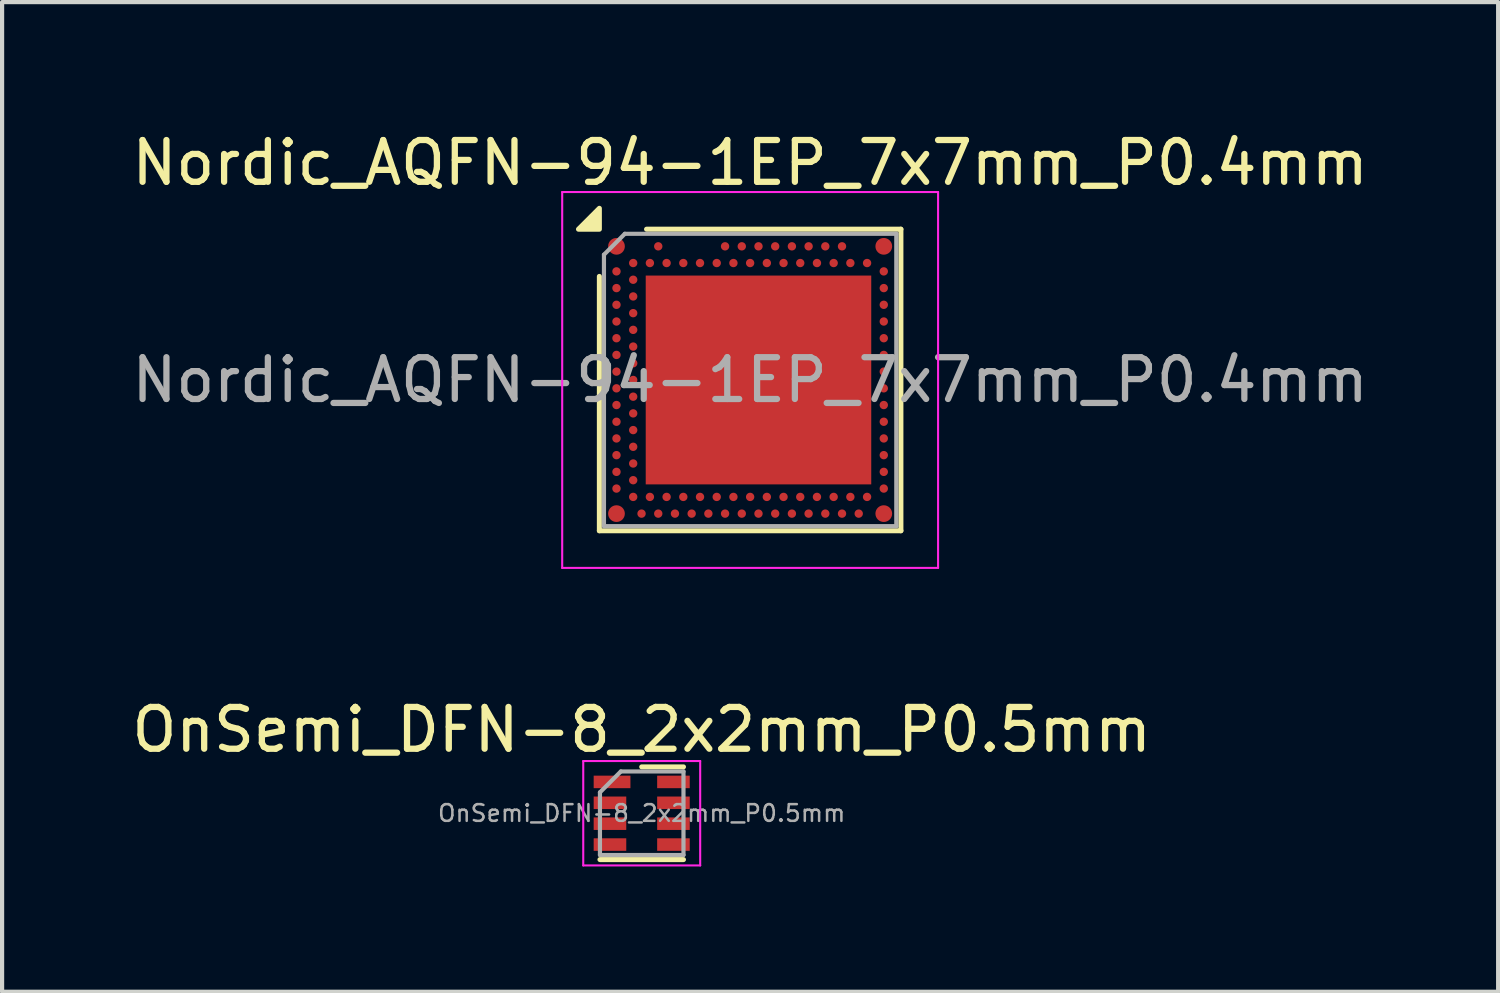
<source format=kicad_pcb>
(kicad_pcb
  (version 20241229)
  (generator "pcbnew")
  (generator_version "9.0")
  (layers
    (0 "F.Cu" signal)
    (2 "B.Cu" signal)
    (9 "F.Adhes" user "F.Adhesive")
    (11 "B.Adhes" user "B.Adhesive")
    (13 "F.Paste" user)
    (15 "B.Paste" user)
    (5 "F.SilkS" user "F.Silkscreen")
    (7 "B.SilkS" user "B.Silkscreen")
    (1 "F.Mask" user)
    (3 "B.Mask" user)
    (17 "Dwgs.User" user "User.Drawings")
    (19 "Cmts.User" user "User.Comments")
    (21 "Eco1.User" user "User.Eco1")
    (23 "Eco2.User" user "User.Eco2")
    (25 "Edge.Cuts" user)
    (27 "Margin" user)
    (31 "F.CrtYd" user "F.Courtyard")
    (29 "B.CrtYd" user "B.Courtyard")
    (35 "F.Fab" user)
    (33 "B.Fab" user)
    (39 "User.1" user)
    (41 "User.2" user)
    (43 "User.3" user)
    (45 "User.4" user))
  (footprint "OnSemi_DFN-8_2x2mm_P0.5mm"
    (layer "F.Cu")
    (at 12.315 16.422)
    (property "Reference" "OnSemi_DFN-8_2x2mm_P0.5mm" (at 0 -2 0) (layer "F.SilkS") (effects (font (size 1 1) (thickness 0.15))))
    (attr smd)
    (fp_line (start -1 1.11) (end 1 1.11) (stroke (width 0.12) (type solid)) (layer "F.SilkS"))
    (fp_line (start 0 -1.11) (end 1 -1.11) (stroke (width 0.12) (type solid)) (layer "F.SilkS"))
    (fp_line (start -1.4 -1.25) (end -1.4 1.25) (stroke (width 0.05) (type solid)) (layer "F.CrtYd"))
    (fp_line (start -1.4 -1.25) (end 1.4 -1.25) (stroke (width 0.05) (type solid)) (layer "F.CrtYd"))
    (fp_line (start -1.4 1.25) (end 1.4 1.25) (stroke (width 0.05) (type solid)) (layer "F.CrtYd"))
    (fp_line (start 1.4 -1.25) (end 1.4 1.25) (stroke (width 0.05) (type solid)) (layer "F.CrtYd"))
    (fp_line (start -1 -0.5) (end -0.5 -1) (stroke (width 0.1) (type solid)) (layer "F.Fab"))
    (fp_line (start -1 1) (end -1 -0.5) (stroke (width 0.1) (type solid)) (layer "F.Fab"))
    (fp_line (start -0.5 -1) (end 1 -1) (stroke (width 0.1) (type solid)) (layer "F.Fab"))
    (fp_line (start 1 -1) (end 1 1) (stroke (width 0.1) (type solid)) (layer "F.Fab"))
    (fp_line (start 1 1) (end -1 1) (stroke (width 0.1) (type solid)) (layer "F.Fab"))
    (fp_text user "${REFERENCE}" (at 0 0 0) (layer "F.Fab") (effects (font (size 0.4 0.4) (thickness 0.06))))
    (pad "1" smd rect (at -0.71 -0.75) (size 0.88 0.3) (layers "F.Cu" "F.Mask" "F.Paste"))
    (pad "2" smd rect (at -0.76 -0.25) (size 0.78 0.3) (layers "F.Cu" "F.Mask" "F.Paste"))
    (pad "3" smd rect (at -0.76 0.25) (size 0.78 0.3) (layers "F.Cu" "F.Mask" "F.Paste"))
    (pad "4" smd rect (at -0.76 0.75) (size 0.78 0.3) (layers "F.Cu" "F.Mask" "F.Paste"))
    (pad "5" smd rect (at 0.76 0.75) (size 0.78 0.3) (layers "F.Cu" "F.Mask" "F.Paste"))
    (pad "6" smd rect (at 0.76 0.25) (size 0.78 0.3) (layers "F.Cu" "F.Mask" "F.Paste"))
    (pad "7" smd rect (at 0.76 -0.25) (size 0.78 0.3) (layers "F.Cu" "F.Mask" "F.Paste"))
    (pad "8" smd rect (at 0.76 -0.75) (size 0.78 0.3) (layers "F.Cu" "F.Mask" "F.Paste")))
  (footprint "Nordic_AQFN-94-1EP_7x7mm_P0.4mm"
    (layer "F.Cu")
    (at 14.911 6.048)
    (property "Reference" "Nordic_AQFN-94-1EP_7x7mm_P0.4mm" (at 0 -5.2 0) (unlocked yes) (layer "F.SilkS") (effects (font (size 1 1) (thickness 0.15))))
    (attr smd)
    (fp_line (start -3.61 -2.48) (end -3.61 3.61) (stroke (width 0.12) (type solid)) (layer "F.SilkS"))
    (fp_line (start -3.61 3.61) (end 3.61 3.61) (stroke (width 0.12) (type solid)) (layer "F.SilkS"))
    (fp_line (start 3.61 -3.61) (end -2.48 -3.61) (stroke (width 0.12) (type solid)) (layer "F.SilkS"))
    (fp_line (start 3.61 3.61) (end 3.61 -3.61) (stroke (width 0.12) (type solid)) (layer "F.SilkS"))
    (fp_poly (pts (xy -3.61 -3.61) (xy -4.11 -3.61) (xy -3.61 -4.11) (xy -3.61 -3.61)) (stroke (width 0.12) (type solid)) (fill yes) (layer "F.SilkS"))
    (fp_line (start -4.5 -4.5) (end 4.5 -4.5) (stroke (width 0.05) (type solid)) (layer "F.CrtYd"))
    (fp_line (start -4.5 4.5) (end -4.5 -4.5) (stroke (width 0.05) (type solid)) (layer "F.CrtYd"))
    (fp_line (start 4.5 -4.5) (end 4.5 4.5) (stroke (width 0.05) (type solid)) (layer "F.CrtYd"))
    (fp_line (start 4.5 4.5) (end -4.5 4.5) (stroke (width 0.05) (type solid)) (layer "F.CrtYd"))
    (fp_line (start -3.5 -3) (end -3.5 3.5) (stroke (width 0.1) (type solid)) (layer "F.Fab"))
    (fp_line (start -3.5 -3) (end -3 -3.5) (stroke (width 0.1) (type solid)) (layer "F.Fab"))
    (fp_line (start -3.5 3.5) (end 3.5 3.5) (stroke (width 0.1) (type solid)) (layer "F.Fab"))
    (fp_line (start -3 -3.5) (end 3.5 -3.5) (stroke (width 0.1) (type solid)) (layer "F.Fab"))
    (fp_line (start 3.5 -3.5) (end 3.5 3.5) (stroke (width 0.1) (type solid)) (layer "F.Fab"))
    (fp_text user "${REFERENCE}" (at 0 0 0) (unlocked yes) (layer "F.Fab") (effects (font (size 1 1) (thickness 0.15))))
    (pad "" smd circle (at -3.2 -3.2) (size 0.4 0.4) (layers "F.Cu" "F.Mask" "F.Paste"))
    (pad "" smd circle (at -3.2 3.2) (size 0.4 0.4) (layers "F.Cu" "F.Mask" "F.Paste"))
    (pad "" smd rect (at -1.1 -1.2 180) (size 2.2 2) (layers "F.Paste"))
    (pad "" smd rect (at -1.1 1.225 180) (size 2.2 2) (layers "F.Paste"))
    (pad "" smd rect (at 1.5 -1.2 180) (size 2.2 2) (layers "F.Paste"))
    (pad "" smd rect (at 1.5 1.225 180) (size 2.2 2) (layers "F.Paste"))
    (pad "" smd circle (at 3.2 -3.2) (size 0.4 0.4) (layers "F.Cu" "F.Mask" "F.Paste"))
    (pad "" smd circle (at 3.2 3.2) (size 0.4 0.4) (layers "F.Cu" "F.Mask" "F.Paste"))
    (pad "A5" smd circle (at -2.2 -3.2) (size 0.2 0.2) (property pad_prop_bga) (layers "F.Cu" "F.Mask" "F.Paste"))
    (pad "A13" smd circle (at -0.6 -3.2) (size 0.2 0.2) (property pad_prop_bga) (layers "F.Cu" "F.Mask" "F.Paste"))
    (pad "A15" smd circle (at -0.2 -3.2) (size 0.2 0.2) (property pad_prop_bga) (layers "F.Cu" "F.Mask" "F.Paste"))
    (pad "A17" smd circle (at 0.2 -3.2) (size 0.2 0.2) (property pad_prop_bga) (layers "F.Cu" "F.Mask" "F.Paste"))
    (pad "A19" smd circle (at 0.6 -3.2) (size 0.2 0.2) (property pad_prop_bga) (layers "F.Cu" "F.Mask" "F.Paste"))
    (pad "A21" smd circle (at 1 -3.2) (size 0.2 0.2) (property pad_prop_bga) (layers "F.Cu" "F.Mask" "F.Paste"))
    (pad "A23" smd circle (at 1.4 -3.2) (size 0.2 0.2) (property pad_prop_bga) (layers "F.Cu" "F.Mask" "F.Paste"))
    (pad "A25" smd circle (at 1.8 -3.2) (size 0.2 0.2) (property pad_prop_bga) (layers "F.Cu" "F.Mask" "F.Paste"))
    (pad "A27" smd circle (at 2.2 -3.2) (size 0.2 0.2) (property pad_prop_bga) (layers "F.Cu" "F.Mask" "F.Paste"))
    (pad "AA1" smd circle (at -3.2 1) (size 0.2 0.2) (property pad_prop_bga) (layers "F.Cu" "F.Mask" "F.Paste"))
    (pad "AA31" smd circle (at 3.2 1) (size 0.2 0.2) (property pad_prop_bga) (layers "F.Cu" "F.Mask" "F.Paste"))
    (pad "AB2" smd circle (at -2.8 1.2) (size 0.2 0.2) (property pad_prop_bga) (layers "F.Cu" "F.Mask" "F.Paste"))
    (pad "AC1" smd circle (at -3.2 1.4) (size 0.2 0.2) (property pad_prop_bga) (layers "F.Cu" "F.Mask" "F.Paste"))
    (pad "AC31" smd circle (at 3.2 1.4) (size 0.2 0.2) (property pad_prop_bga) (layers "F.Cu" "F.Mask" "F.Paste"))
    (pad "AD2" smd circle (at -2.8 1.6) (size 0.2 0.2) (property pad_prop_bga) (layers "F.Cu" "F.Mask" "F.Paste"))
    (pad "AE1" smd circle (at -3.2 1.8) (size 0.2 0.2) (property pad_prop_bga) (layers "F.Cu" "F.Mask" "F.Paste"))
    (pad "AE31" smd circle (at 3.2 1.8) (size 0.2 0.2) (property pad_prop_bga) (layers "F.Cu" "F.Mask" "F.Paste"))
    (pad "AF2" smd circle (at -2.8 2) (size 0.2 0.2) (property pad_prop_bga) (layers "F.Cu" "F.Mask" "F.Paste"))
    (pad "AG1" smd circle (at -3.2 2.2) (size 0.2 0.2) (property pad_prop_bga) (layers "F.Cu" "F.Mask" "F.Paste"))
    (pad "AG31" smd circle (at 3.2 2.2) (size 0.2 0.2) (property pad_prop_bga) (layers "F.Cu" "F.Mask" "F.Paste"))
    (pad "AH2" smd circle (at -2.8 2.4) (size 0.2 0.2) (property pad_prop_bga) (layers "F.Cu" "F.Mask" "F.Paste"))
    (pad "AJ1" smd circle (at -3.2 2.6) (size 0.2 0.2) (property pad_prop_bga) (layers "F.Cu" "F.Mask" "F.Paste"))
    (pad "AJ31" smd circle (at 3.2 2.6) (size 0.2 0.2) (property pad_prop_bga) (layers "F.Cu" "F.Mask" "F.Paste"))
    (pad "AK2" smd circle (at -2.8 2.8) (size 0.2 0.2) (property pad_prop_bga) (layers "F.Cu" "F.Mask" "F.Paste"))
    (pad "AK4" smd circle (at -2.4 2.8) (size 0.2 0.2) (property pad_prop_bga) (layers "F.Cu" "F.Mask" "F.Paste"))
    (pad "AK6" smd circle (at -2 2.8) (size 0.2 0.2) (property pad_prop_bga) (layers "F.Cu" "F.Mask" "F.Paste"))
    (pad "AK8" smd circle (at -1.6 2.8) (size 0.2 0.2) (property pad_prop_bga) (layers "F.Cu" "F.Mask" "F.Paste"))
    (pad "AK10" smd circle (at -1.2 2.8) (size 0.2 0.2) (property pad_prop_bga) (layers "F.Cu" "F.Mask" "F.Paste"))
    (pad "AK12" smd circle (at -0.8 2.8) (size 0.2 0.2) (property pad_prop_bga) (layers "F.Cu" "F.Mask" "F.Paste"))
    (pad "AK14" smd circle (at -0.4 2.8) (size 0.2 0.2) (property pad_prop_bga) (layers "F.Cu" "F.Mask" "F.Paste"))
    (pad "AK16" smd circle (at 0 2.8) (size 0.2 0.2) (property pad_prop_bga) (layers "F.Cu" "F.Mask" "F.Paste"))
    (pad "AK18" smd circle (at 0.4 2.8) (size 0.2 0.2) (property pad_prop_bga) (layers "F.Cu" "F.Mask" "F.Paste"))
    (pad "AK20" smd circle (at 0.8 2.8) (size 0.2 0.2) (property pad_prop_bga) (layers "F.Cu" "F.Mask" "F.Paste"))
    (pad "AK22" smd circle (at 1.2 2.8) (size 0.2 0.2) (property pad_prop_bga) (layers "F.Cu" "F.Mask" "F.Paste"))
    (pad "AK24" smd circle (at 1.6 2.8) (size 0.2 0.2) (property pad_prop_bga) (layers "F.Cu" "F.Mask" "F.Paste"))
    (pad "AK26" smd circle (at 2 2.8) (size 0.2 0.2) (property pad_prop_bga) (layers "F.Cu" "F.Mask" "F.Paste"))
    (pad "AK28" smd circle (at 2.4 2.8) (size 0.2 0.2) (property pad_prop_bga) (layers "F.Cu" "F.Mask" "F.Paste"))
    (pad "AK30" smd circle (at 2.8 2.8) (size 0.2 0.2) (property pad_prop_bga) (layers "F.Cu" "F.Mask" "F.Paste"))
    (pad "AL3" smd circle (at -2.6 3.2) (size 0.2 0.2) (property pad_prop_bga) (layers "F.Cu" "F.Mask" "F.Paste"))
    (pad "AL5" smd circle (at -2.2 3.2) (size 0.2 0.2) (property pad_prop_bga) (layers "F.Cu" "F.Mask" "F.Paste"))
    (pad "AL7" smd circle (at -1.8 3.2) (size 0.2 0.2) (property pad_prop_bga) (layers "F.Cu" "F.Mask" "F.Paste"))
    (pad "AL9" smd circle (at -1.4 3.2) (size 0.2 0.2) (property pad_prop_bga) (layers "F.Cu" "F.Mask" "F.Paste"))
    (pad "AL11" smd circle (at -1 3.2) (size 0.2 0.2) (property pad_prop_bga) (layers "F.Cu" "F.Mask" "F.Paste"))
    (pad "AL13" smd circle (at -0.6 3.2) (size 0.2 0.2) (property pad_prop_bga) (layers "F.Cu" "F.Mask" "F.Paste"))
    (pad "AL15" smd circle (at -0.2 3.2) (size 0.2 0.2) (property pad_prop_bga) (layers "F.Cu" "F.Mask" "F.Paste"))
    (pad "AL17" smd circle (at 0.2 3.2) (size 0.2 0.2) (property pad_prop_bga) (layers "F.Cu" "F.Mask" "F.Paste"))
    (pad "AL19" smd circle (at 0.6 3.2) (size 0.2 0.2) (property pad_prop_bga) (layers "F.Cu" "F.Mask" "F.Paste"))
    (pad "AL21" smd circle (at 1 3.2) (size 0.2 0.2) (property pad_prop_bga) (layers "F.Cu" "F.Mask" "F.Paste"))
    (pad "AL23" smd circle (at 1.4 3.2) (size 0.2 0.2) (property pad_prop_bga) (layers "F.Cu" "F.Mask" "F.Paste"))
    (pad "AL25" smd circle (at 1.8 3.2) (size 0.2 0.2) (property pad_prop_bga) (layers "F.Cu" "F.Mask" "F.Paste"))
    (pad "AL27" smd circle (at 2.2 3.2) (size 0.2 0.2) (property pad_prop_bga) (layers "F.Cu" "F.Mask" "F.Paste"))
    (pad "AL29" smd circle (at 2.6 3.2) (size 0.2 0.2) (property pad_prop_bga) (layers "F.Cu" "F.Mask" "F.Paste"))
    (pad "B2" smd circle (at -2.8 -2.8) (size 0.2 0.2) (property pad_prop_bga) (layers "F.Cu" "F.Mask" "F.Paste"))
    (pad "B4" smd circle (at -2.4 -2.8) (size 0.2 0.2) (property pad_prop_bga) (layers "F.Cu" "F.Mask" "F.Paste"))
    (pad "B6" smd circle (at -2 -2.8) (size 0.2 0.2) (property pad_prop_bga) (layers "F.Cu" "F.Mask" "F.Paste"))
    (pad "B8" smd circle (at -1.6 -2.8) (size 0.2 0.2) (property pad_prop_bga) (layers "F.Cu" "F.Mask" "F.Paste"))
    (pad "B10" smd circle (at -1.2 -2.8) (size 0.2 0.2) (property pad_prop_bga) (layers "F.Cu" "F.Mask" "F.Paste"))
    (pad "B12" smd circle (at -0.8 -2.8) (size 0.2 0.2) (property pad_prop_bga) (layers "F.Cu" "F.Mask" "F.Paste"))
    (pad "B14" smd circle (at -0.4 -2.8) (size 0.2 0.2) (property pad_prop_bga) (layers "F.Cu" "F.Mask" "F.Paste"))
    (pad "B16" smd circle (at 0 -2.8) (size 0.2 0.2) (property pad_prop_bga) (layers "F.Cu" "F.Mask" "F.Paste"))
    (pad "B18" smd circle (at 0.4 -2.8) (size 0.2 0.2) (property pad_prop_bga) (layers "F.Cu" "F.Mask" "F.Paste"))
    (pad "B20" smd circle (at 0.8 -2.8) (size 0.2 0.2) (property pad_prop_bga) (layers "F.Cu" "F.Mask" "F.Paste"))
    (pad "B22" smd circle (at 1.2 -2.8) (size 0.2 0.2) (property pad_prop_bga) (layers "F.Cu" "F.Mask" "F.Paste"))
    (pad "B24" smd circle (at 1.6 -2.8) (size 0.2 0.2) (property pad_prop_bga) (layers "F.Cu" "F.Mask" "F.Paste"))
    (pad "B26" smd circle (at 2 -2.8) (size 0.2 0.2) (property pad_prop_bga) (layers "F.Cu" "F.Mask" "F.Paste"))
    (pad "B28" smd circle (at 2.4 -2.8) (size 0.2 0.2) (property pad_prop_bga) (layers "F.Cu" "F.Mask" "F.Paste"))
    (pad "B30" smd circle (at 2.8 -2.8) (size 0.2 0.2) (property pad_prop_bga) (layers "F.Cu" "F.Mask" "F.Paste"))
    (pad "C1" smd circle (at -3.2 -2.6) (size 0.2 0.2) (property pad_prop_bga) (layers "F.Cu" "F.Mask" "F.Paste"))
    (pad "C31" smd circle (at 3.2 -2.6) (size 0.2 0.2) (property pad_prop_bga) (layers "F.Cu" "F.Mask" "F.Paste"))
    (pad "D2" smd circle (at -2.8 -2.4) (size 0.2 0.2) (property pad_prop_bga) (layers "F.Cu" "F.Mask" "F.Paste"))
    (pad "E1" smd circle (at -3.2 -2.2) (size 0.2 0.2) (property pad_prop_bga) (layers "F.Cu" "F.Mask" "F.Paste"))
    (pad "E31" smd circle (at 3.2 -2.2) (size 0.2 0.2) (property pad_prop_bga) (layers "F.Cu" "F.Mask" "F.Paste"))
    (pad "EP" smd rect (at 0.2 0 180) (size 5.4 5) (layers "F.Cu" "F.Mask"))
    (pad "F2" smd circle (at -2.8 -2) (size 0.2 0.2) (property pad_prop_bga) (layers "F.Cu" "F.Mask" "F.Paste"))
    (pad "G1" smd circle (at -3.2 -1.8) (size 0.2 0.2) (property pad_prop_bga) (layers "F.Cu" "F.Mask" "F.Paste"))
    (pad "G31" smd circle (at 3.2 -1.8) (size 0.2 0.2) (property pad_prop_bga) (layers "F.Cu" "F.Mask" "F.Paste"))
    (pad "H2" smd circle (at -2.8 -1.6) (size 0.2 0.2) (property pad_prop_bga) (layers "F.Cu" "F.Mask" "F.Paste"))
    (pad "J1" smd circle (at -3.2 -1.4) (size 0.2 0.2) (property pad_prop_bga) (layers "F.Cu" "F.Mask" "F.Paste"))
    (pad "J31" smd circle (at 3.2 -1.4) (size 0.2 0.2) (property pad_prop_bga) (layers "F.Cu" "F.Mask" "F.Paste"))
    (pad "K2" smd circle (at -2.8 -1.2) (size 0.2 0.2) (property pad_prop_bga) (layers "F.Cu" "F.Mask" "F.Paste"))
    (pad "L1" smd circle (at -3.2 -1) (size 0.2 0.2) (property pad_prop_bga) (layers "F.Cu" "F.Mask" "F.Paste"))
    (pad "L31" smd circle (at 3.2 -1) (size 0.2 0.2) (property pad_prop_bga) (layers "F.Cu" "F.Mask" "F.Paste"))
    (pad "M2" smd circle (at -2.8 -0.8) (size 0.2 0.2) (property pad_prop_bga) (layers "F.Cu" "F.Mask" "F.Paste"))
    (pad "N1" smd circle (at -3.2 -0.6) (size 0.2 0.2) (property pad_prop_bga) (layers "F.Cu" "F.Mask" "F.Paste"))
    (pad "N31" smd circle (at 3.2 -0.6) (size 0.2 0.2) (property pad_prop_bga) (layers "F.Cu" "F.Mask" "F.Paste"))
    (pad "P2" smd circle (at -2.8 -0.4) (size 0.2 0.2) (property pad_prop_bga) (layers "F.Cu" "F.Mask" "F.Paste"))
    (pad "R1" smd circle (at -3.2 -0.2) (size 0.2 0.2) (property pad_prop_bga) (layers "F.Cu" "F.Mask" "F.Paste"))
    (pad "R31" smd circle (at 3.2 -0.2) (size 0.2 0.2) (property pad_prop_bga) (layers "F.Cu" "F.Mask" "F.Paste"))
    (pad "T2" smd circle (at -2.8 0) (size 0.2 0.2) (property pad_prop_bga) (layers "F.Cu" "F.Mask" "F.Paste"))
    (pad "U1" smd circle (at -3.2 0.2) (size 0.2 0.2) (property pad_prop_bga) (layers "F.Cu" "F.Mask" "F.Paste"))
    (pad "U31" smd circle (at 3.2 0.2) (size 0.2 0.2) (property pad_prop_bga) (layers "F.Cu" "F.Mask" "F.Paste"))
    (pad "V2" smd circle (at -2.8 0.4) (size 0.2 0.2) (property pad_prop_bga) (layers "F.Cu" "F.Mask" "F.Paste"))
    (pad "W1" smd circle (at -3.2 0.6) (size 0.2 0.2) (property pad_prop_bga) (layers "F.Cu" "F.Mask" "F.Paste"))
    (pad "W31" smd circle (at 3.2 0.6) (size 0.2 0.2) (property pad_prop_bga) (layers "F.Cu" "F.Mask" "F.Paste"))
    (pad "Y2" smd circle (at -2.8 0.8) (size 0.2 0.2) (property pad_prop_bga) (layers "F.Cu" "F.Mask" "F.Paste")))
  (gr_rect
    (start -3 -3)
    (end 32.821 20.697)
    (stroke (width 0.1) (type default))
    (fill no)
    (layer "Edge.Cuts")))
</source>
